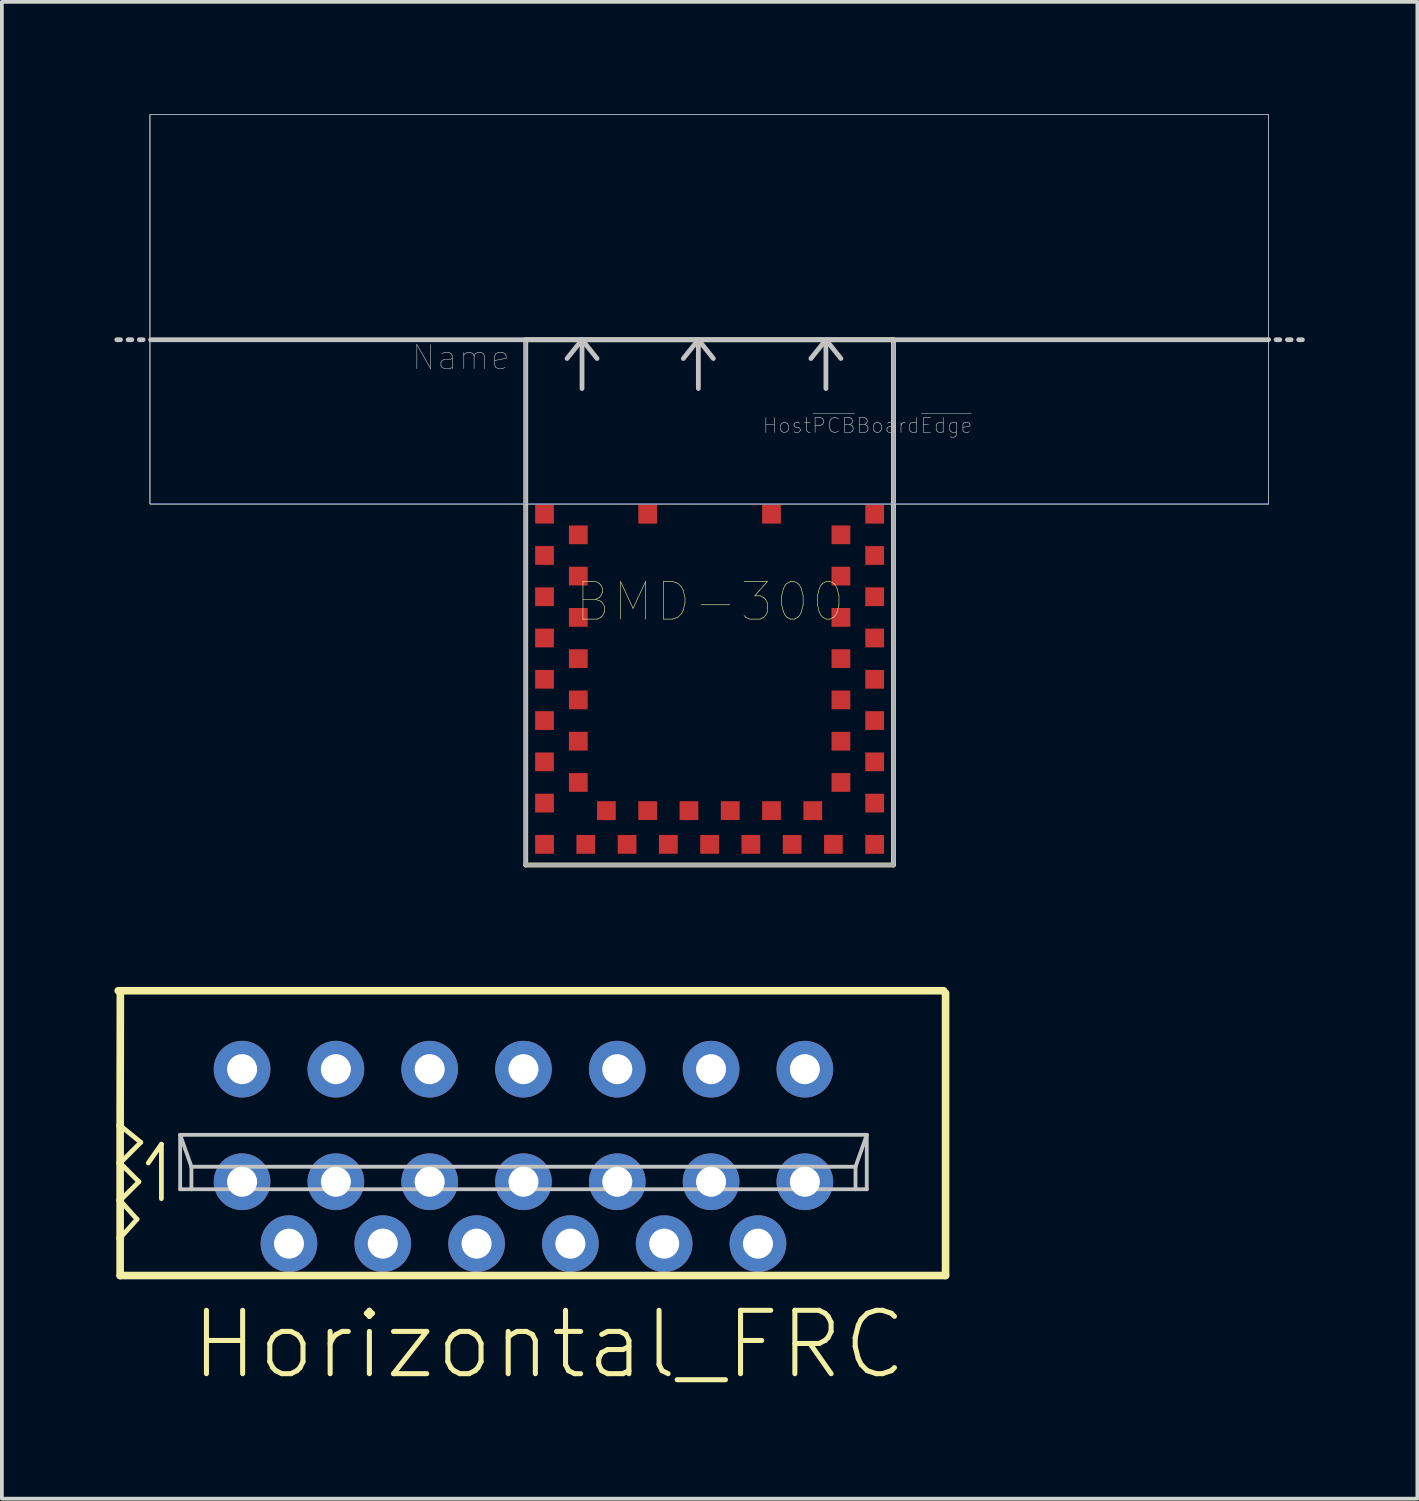
<source format=kicad_pcb>
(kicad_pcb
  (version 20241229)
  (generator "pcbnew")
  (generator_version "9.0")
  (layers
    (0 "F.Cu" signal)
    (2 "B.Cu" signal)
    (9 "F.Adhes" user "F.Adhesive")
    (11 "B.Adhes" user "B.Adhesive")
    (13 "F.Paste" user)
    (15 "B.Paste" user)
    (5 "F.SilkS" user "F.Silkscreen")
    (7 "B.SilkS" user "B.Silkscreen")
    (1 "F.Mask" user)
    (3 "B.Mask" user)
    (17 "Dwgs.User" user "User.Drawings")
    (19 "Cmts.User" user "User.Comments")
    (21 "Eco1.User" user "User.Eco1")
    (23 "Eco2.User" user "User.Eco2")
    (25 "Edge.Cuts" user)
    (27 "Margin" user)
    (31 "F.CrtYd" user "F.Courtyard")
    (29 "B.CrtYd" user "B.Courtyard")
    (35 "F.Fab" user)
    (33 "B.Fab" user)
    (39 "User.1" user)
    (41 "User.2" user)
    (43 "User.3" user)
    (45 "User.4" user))
  (footprint "Horizontal_FRC"
    (layer "F.Cu")
    (at 10.902 28.447)
    (property "Reference" "Horizontal_FRC" (at -8.941 3.353 180) (layer "F.SilkS") (effects (font (size 1.689 1.689) (thickness 0.135)) (justify left top)))
    (attr through_hole)
    (fp_line (start -10.75 -1.5) (end -10.75 -0.5) (stroke (width 0.203) (type solid)) (layer "F.SilkS"))
    (fp_line (start -10.75 -0.5) (end -10.75 0.5) (stroke (width 0.203) (type solid)) (layer "F.SilkS"))
    (fp_line (start -10.75 -0.5) (end -10.2 -1.05) (stroke (width 0.127) (type solid)) (layer "F.SilkS"))
    (fp_line (start -10.75 0.5) (end -10.75 1.5) (stroke (width 0.203) (type solid)) (layer "F.SilkS"))
    (fp_line (start -10.75 0.5) (end -10.25 0) (stroke (width 0.127) (type solid)) (layer "F.SilkS"))
    (fp_line (start -10.75 1.5) (end -10.75 2.5) (stroke (width 0.203) (type solid)) (layer "F.SilkS"))
    (fp_line (start -10.75 1.5) (end -10.3 1) (stroke (width 0.127) (type solid)) (layer "F.SilkS"))
    (fp_line (start -10.75 2.5) (end 11.25 2.5) (stroke (width 0.203) (type solid)) (layer "F.SilkS"))
    (fp_line (start -10.744 -5.029) (end -10.75 -1.5) (stroke (width 0.203) (type solid)) (layer "F.SilkS"))
    (fp_line (start -10.3 1) (end -10.75 0.5) (stroke (width 0.127) (type solid)) (layer "F.SilkS"))
    (fp_line (start -10.25 0) (end -10.75 -0.5) (stroke (width 0.127) (type solid)) (layer "F.SilkS"))
    (fp_line (start -10.2 -1.05) (end -10.75 -1.5) (stroke (width 0.127) (type solid)) (layer "F.SilkS"))
    (fp_line (start -10 -0.5) (end -9.65 -1) (stroke (width 0.127) (type solid)) (layer "F.SilkS"))
    (fp_line (start -9.65 -1) (end -9.65 0.45) (stroke (width 0.127) (type solid)) (layer "F.SilkS"))
    (fp_line (start 11.199 -5.091) (end -10.801 -5.091) (stroke (width 0.203) (type solid)) (layer "F.SilkS"))
    (fp_line (start 11.25 2.5) (end 11.25 -5.029) (stroke (width 0.203) (type solid)) (layer "F.SilkS"))
    (fp_line (start -9.15 -1.25) (end -8.85 -0.4) (stroke (width 0.102) (type solid)) (layer "Dwgs.User"))
    (fp_line (start -9.15 -1.25) (end 9.15 -1.25) (stroke (width 0.102) (type solid)) (layer "Dwgs.User"))
    (fp_line (start -9.15 0.2) (end -9.15 -1.25) (stroke (width 0.102) (type solid)) (layer "Dwgs.User"))
    (fp_line (start -8.85 -0.4) (end -8.85 0.2) (stroke (width 0.102) (type solid)) (layer "Dwgs.User"))
    (fp_line (start -8.85 0.2) (end -9.15 0.2) (stroke (width 0.102) (type solid)) (layer "Dwgs.User"))
    (fp_line (start -8.85 0.2) (end 8.85 0.2) (stroke (width 0.102) (type solid)) (layer "Dwgs.User"))
    (fp_line (start 8.85 -0.4) (end -8.85 -0.4) (stroke (width 0.102) (type solid)) (layer "Dwgs.User"))
    (fp_line (start 8.85 -0.4) (end 9.15 -1.25) (stroke (width 0.102) (type solid)) (layer "Dwgs.User"))
    (fp_line (start 8.85 0.2) (end 8.85 -0.4) (stroke (width 0.102) (type solid)) (layer "Dwgs.User"))
    (fp_line (start 9.15 -1.25) (end 9.15 0.2) (stroke (width 0.102) (type solid)) (layer "Dwgs.User"))
    (fp_line (start 9.15 0.2) (end 8.85 0.2) (stroke (width 0.102) (type solid)) (layer "Dwgs.User"))
    (pad "1" thru_hole circle (at -7.5 -3) (size 1.511 1.511) (drill 0.8) (layers "*.Cu" "*.Mask"))
    (pad "1" thru_hole circle (at -7.5 0) (size 1.511 1.511) (drill 0.8) (layers "*.Cu" "*.Mask"))
    (pad "2" thru_hole circle (at -6.25 1.65) (size 1.511 1.511) (drill 0.8) (layers "*.Cu" "*.Mask"))
    (pad "3" thru_hole circle (at -5 -3) (size 1.511 1.511) (drill 0.8) (layers "*.Cu" "*.Mask"))
    (pad "3" thru_hole circle (at -5 0) (size 1.511 1.511) (drill 0.8) (layers "*.Cu" "*.Mask"))
    (pad "4" thru_hole circle (at -3.75 1.65) (size 1.511 1.511) (drill 0.8) (layers "*.Cu" "*.Mask"))
    (pad "5" thru_hole circle (at -2.5 -3) (size 1.511 1.511) (drill 0.8) (layers "*.Cu" "*.Mask"))
    (pad "5" thru_hole circle (at -2.5 0) (size 1.511 1.511) (drill 0.8) (layers "*.Cu" "*.Mask"))
    (pad "6" thru_hole circle (at -1.25 1.65) (size 1.511 1.511) (drill 0.8) (layers "*.Cu" "*.Mask"))
    (pad "7" thru_hole circle (at 0 -3) (size 1.511 1.511) (drill 0.8) (layers "*.Cu" "*.Mask"))
    (pad "7" thru_hole circle (at 0 0) (size 1.511 1.511) (drill 0.8) (layers "*.Cu" "*.Mask"))
    (pad "8" thru_hole circle (at 1.25 1.65) (size 1.511 1.511) (drill 0.8) (layers "*.Cu" "*.Mask"))
    (pad "9" thru_hole circle (at 2.5 -3) (size 1.511 1.511) (drill 0.8) (layers "*.Cu" "*.Mask"))
    (pad "9" thru_hole circle (at 2.5 0) (size 1.511 1.511) (drill 0.8) (layers "*.Cu" "*.Mask"))
    (pad "10" thru_hole circle (at 3.75 1.65) (size 1.511 1.511) (drill 0.8) (layers "*.Cu" "*.Mask"))
    (pad "11" thru_hole circle (at 5 -3) (size 1.511 1.511) (drill 0.8) (layers "*.Cu" "*.Mask"))
    (pad "11" thru_hole circle (at 5 0) (size 1.511 1.511) (drill 0.8) (layers "*.Cu" "*.Mask"))
    (pad "12" thru_hole circle (at 6.25 1.65) (size 1.511 1.511) (drill 0.8) (layers "*.Cu" "*.Mask"))
    (pad "13" thru_hole circle (at 7.5 -3) (size 1.511 1.511) (drill 0.8) (layers "*.Cu" "*.Mask"))
    (pad "13" thru_hole circle (at 7.5 0) (size 1.511 1.511) (drill 0.8) (layers "*.Cu" "*.Mask")))
  (footprint "BMD-300"
    (layer "F.Cu")
    (at 10.963 20.005)
    (property "Reference" "BMD-300" (at 4.912 -7.017 0) (layer "F.SilkS") (effects (font (size 1.002 1.002) (thickness 0.015))))
    (attr through_hole)
    (fp_line (start 0 -14) (end 0 0) (stroke (width 0.127) (type solid)) (layer "F.SilkS"))
    (fp_line (start 0 0) (end 9.8 0) (stroke (width 0.127) (type solid)) (layer "F.SilkS"))
    (fp_line (start 9.8 -14) (end 0 -14) (stroke (width 0.127) (type solid)) (layer "F.SilkS"))
    (fp_line (start 9.8 0) (end 9.8 -14) (stroke (width 0.127) (type solid)) (layer "F.SilkS"))
    (fp_line (start -10.8 -14) (end -10.9 -14) (stroke (width 0.127) (type solid)) (layer "Dwgs.User"))
    (fp_line (start -10.5 -14) (end -10.6 -14) (stroke (width 0.127) (type solid)) (layer "Dwgs.User"))
    (fp_line (start -10.2 -14) (end -10.3 -14) (stroke (width 0.127) (type solid)) (layer "Dwgs.User"))
    (fp_line (start -10 -14) (end 19.8 -14) (stroke (width 0.127) (type solid)) (layer "Dwgs.User"))
    (fp_line (start 1.5 -14) (end 1.1 -13.5) (stroke (width 0.127) (type solid)) (layer "Dwgs.User"))
    (fp_line (start 1.5 -14) (end 1.5 -12.7) (stroke (width 0.127) (type solid)) (layer "Dwgs.User"))
    (fp_line (start 1.5 -14) (end 1.9 -13.5) (stroke (width 0.127) (type solid)) (layer "Dwgs.User"))
    (fp_line (start 4.6 -14) (end 4.2 -13.5) (stroke (width 0.127) (type solid)) (layer "Dwgs.User"))
    (fp_line (start 4.6 -14) (end 4.6 -12.7) (stroke (width 0.127) (type solid)) (layer "Dwgs.User"))
    (fp_line (start 4.6 -14) (end 5 -13.5) (stroke (width 0.127) (type solid)) (layer "Dwgs.User"))
    (fp_line (start 8 -14) (end 7.6 -13.5) (stroke (width 0.127) (type solid)) (layer "Dwgs.User"))
    (fp_line (start 8 -14) (end 8 -12.7) (stroke (width 0.127) (type solid)) (layer "Dwgs.User"))
    (fp_line (start 8 -14) (end 8.4 -13.5) (stroke (width 0.127) (type solid)) (layer "Dwgs.User"))
    (fp_line (start 20 -14) (end 20.1 -14) (stroke (width 0.127) (type solid)) (layer "Dwgs.User"))
    (fp_line (start 20.3 -14) (end 20.4 -14) (stroke (width 0.127) (type solid)) (layer "Dwgs.User"))
    (fp_line (start 20.6 -14) (end 20.7 -14) (stroke (width 0.127) (type solid)) (layer "Dwgs.User"))
    (fp_poly (pts (xy -10.023 -20) (xy 19.8 -20) (xy 19.8 -9.622) (xy -10.023 -9.622)) (stroke (width 0.01) (type solid)) (fill no) (layer "Dwgs.User"))
    (fp_poly (pts (xy -10.013 -20) (xy 19.8 -20) (xy 19.8 -9.612) (xy -10.013 -9.612)) (stroke (width 0.01) (type solid)) (fill no) (layer "Dwgs.User"))
    (fp_poly (pts (xy -10.01 -20) (xy 19.8 -20) (xy 19.8 -9.609) (xy -10.01 -9.609)) (stroke (width 0.01) (type solid)) (fill no) (layer "Dwgs.User"))
    (fp_poly (pts (xy -10.033 -20) (xy 19.8 -20) (xy 19.8 -9.632) (xy -10.033 -9.632)) (stroke (width 0.01) (type solid)) (fill no) (layer "B.CrtYd"))
    (fp_poly (pts (xy -10.029 -20) (xy 19.8 -20) (xy 19.8 -9.628) (xy -10.029 -9.628)) (stroke (width 0.01) (type solid)) (fill no) (layer "F.CrtYd"))
    (fp_line (start 0 -14) (end 0 0) (stroke (width 0.1) (type solid)) (layer "F.Fab"))
    (fp_line (start 0 0) (end 9.8 0) (stroke (width 0.1) (type solid)) (layer "F.Fab"))
    (fp_line (start 9.8 -14) (end 0 -14) (stroke (width 0.1) (type solid)) (layer "F.Fab"))
    (fp_line (start 9.8 0) (end 9.8 -14) (stroke (width 0.1) (type solid)) (layer "F.Fab"))
    (fp_text user "Name" (at -1.728 -13.528 0) (layer "Dwgs.User") (effects (font (size 0.641 0.641) (thickness 0.015))))
    (fp_text user "Host~{PCB}Board~{Edge}" (at 9.11 -11.713 0) (layer "Dwgs.User") (effects (font (size 0.394 0.394) (thickness 0.015))))
    (pad "P1" smd rect (at 0.5 -9.35) (size 0.5 0.5) (layers "F.Cu" "F.Mask" "F.Paste"))
    (pad "P2" smd rect (at 1.4 -8.8) (size 0.5 0.5) (layers "F.Cu" "F.Mask" "F.Paste"))
    (pad "P3" smd rect (at 0.5 -8.25) (size 0.5 0.5) (layers "F.Cu" "F.Mask" "F.Paste"))
    (pad "P4" smd rect (at 1.4 -7.7) (size 0.5 0.5) (layers "F.Cu" "F.Mask" "F.Paste"))
    (pad "P5" smd rect (at 0.5 -7.15) (size 0.5 0.5) (layers "F.Cu" "F.Mask" "F.Paste"))
    (pad "P6" smd rect (at 1.4 -6.6) (size 0.5 0.5) (layers "F.Cu" "F.Mask" "F.Paste"))
    (pad "P7" smd rect (at 0.5 -6.05) (size 0.5 0.5) (layers "F.Cu" "F.Mask" "F.Paste"))
    (pad "P8" smd rect (at 1.4 -5.5) (size 0.5 0.5) (layers "F.Cu" "F.Mask" "F.Paste"))
    (pad "P9" smd rect (at 0.5 -4.95) (size 0.5 0.5) (layers "F.Cu" "F.Mask" "F.Paste"))
    (pad "P10" smd rect (at 1.4 -4.4) (size 0.5 0.5) (layers "F.Cu" "F.Mask" "F.Paste"))
    (pad "P11" smd rect (at 0.5 -3.85) (size 0.5 0.5) (layers "F.Cu" "F.Mask" "F.Paste"))
    (pad "P12" smd rect (at 1.4 -3.3) (size 0.5 0.5) (layers "F.Cu" "F.Mask" "F.Paste"))
    (pad "P13" smd rect (at 0.5 -2.75) (size 0.5 0.5) (layers "F.Cu" "F.Mask" "F.Paste"))
    (pad "P14" smd rect (at 1.4 -2.2) (size 0.5 0.5) (layers "F.Cu" "F.Mask" "F.Paste"))
    (pad "P15" smd rect (at 0.5 -1.65) (size 0.5 0.5) (layers "F.Cu" "F.Mask" "F.Paste"))
    (pad "P16" smd rect (at 0.5 -0.55) (size 0.5 0.5) (layers "F.Cu" "F.Mask" "F.Paste"))
    (pad "P17" smd rect (at 1.6 -0.55) (size 0.5 0.5) (layers "F.Cu" "F.Mask" "F.Paste"))
    (pad "P18" smd rect (at 2.15 -1.45) (size 0.5 0.5) (layers "F.Cu" "F.Mask" "F.Paste"))
    (pad "P19" smd rect (at 2.7 -0.55) (size 0.5 0.5) (layers "F.Cu" "F.Mask" "F.Paste"))
    (pad "P20" smd rect (at 3.25 -1.45) (size 0.5 0.5) (layers "F.Cu" "F.Mask" "F.Paste"))
    (pad "P21" smd rect (at 3.8 -0.55) (size 0.5 0.5) (layers "F.Cu" "F.Mask" "F.Paste"))
    (pad "P22" smd rect (at 4.35 -1.45) (size 0.5 0.5) (layers "F.Cu" "F.Mask" "F.Paste"))
    (pad "P23" smd rect (at 4.9 -0.55) (size 0.5 0.5) (layers "F.Cu" "F.Mask" "F.Paste"))
    (pad "P24" smd rect (at 5.45 -1.45) (size 0.5 0.5) (layers "F.Cu" "F.Mask" "F.Paste"))
    (pad "P25" smd rect (at 6 -0.55) (size 0.5 0.5) (layers "F.Cu" "F.Mask" "F.Paste"))
    (pad "P26" smd rect (at 6.55 -1.45) (size 0.5 0.5) (layers "F.Cu" "F.Mask" "F.Paste"))
    (pad "P27" smd rect (at 7.1 -0.55) (size 0.5 0.5) (layers "F.Cu" "F.Mask" "F.Paste"))
    (pad "P28" smd rect (at 7.65 -1.45) (size 0.5 0.5) (layers "F.Cu" "F.Mask" "F.Paste"))
    (pad "P29" smd rect (at 8.2 -0.55) (size 0.5 0.5) (layers "F.Cu" "F.Mask" "F.Paste"))
    (pad "P30" smd rect (at 9.3 -0.55) (size 0.5 0.5) (layers "F.Cu" "F.Mask" "F.Paste"))
    (pad "P31" smd rect (at 9.3 -1.65) (size 0.5 0.5) (layers "F.Cu" "F.Mask" "F.Paste"))
    (pad "P32" smd rect (at 8.4 -2.2) (size 0.5 0.5) (layers "F.Cu" "F.Mask" "F.Paste"))
    (pad "P33" smd rect (at 9.3 -2.75) (size 0.5 0.5) (layers "F.Cu" "F.Mask" "F.Paste"))
    (pad "P34" smd rect (at 8.4 -3.3) (size 0.5 0.5) (layers "F.Cu" "F.Mask" "F.Paste"))
    (pad "P35" smd rect (at 9.3 -3.85) (size 0.5 0.5) (layers "F.Cu" "F.Mask" "F.Paste"))
    (pad "P36" smd rect (at 8.4 -4.4) (size 0.5 0.5) (layers "F.Cu" "F.Mask" "F.Paste"))
    (pad "P37" smd rect (at 9.3 -4.95) (size 0.5 0.5) (layers "F.Cu" "F.Mask" "F.Paste"))
    (pad "P38" smd rect (at 8.4 -5.5) (size 0.5 0.5) (layers "F.Cu" "F.Mask" "F.Paste"))
    (pad "P39" smd rect (at 9.3 -6.05) (size 0.5 0.5) (layers "F.Cu" "F.Mask" "F.Paste"))
    (pad "P40" smd rect (at 8.4 -6.6) (size 0.5 0.5) (layers "F.Cu" "F.Mask" "F.Paste"))
    (pad "P41" smd rect (at 9.3 -7.15) (size 0.5 0.5) (layers "F.Cu" "F.Mask" "F.Paste"))
    (pad "P42" smd rect (at 8.4 -7.7) (size 0.5 0.5) (layers "F.Cu" "F.Mask" "F.Paste"))
    (pad "P43" smd rect (at 9.3 -8.25) (size 0.5 0.5) (layers "F.Cu" "F.Mask" "F.Paste"))
    (pad "P44" smd rect (at 8.4 -8.8) (size 0.5 0.5) (layers "F.Cu" "F.Mask" "F.Paste"))
    (pad "P45" smd rect (at 9.3 -9.35) (size 0.5 0.5) (layers "F.Cu" "F.Mask" "F.Paste"))
    (pad "P46" smd rect (at 6.55 -9.35) (size 0.5 0.5) (layers "F.Cu" "F.Mask" "F.Paste"))
    (pad "P47" smd rect (at 3.25 -9.35) (size 0.5 0.5) (layers "F.Cu" "F.Mask" "F.Paste")))
  (gr_rect
    (start -3 -3)
    (end 34.727 36.895)
    (stroke (width 0.1) (type default))
    (fill no)
    (layer "Edge.Cuts")))
</source>
